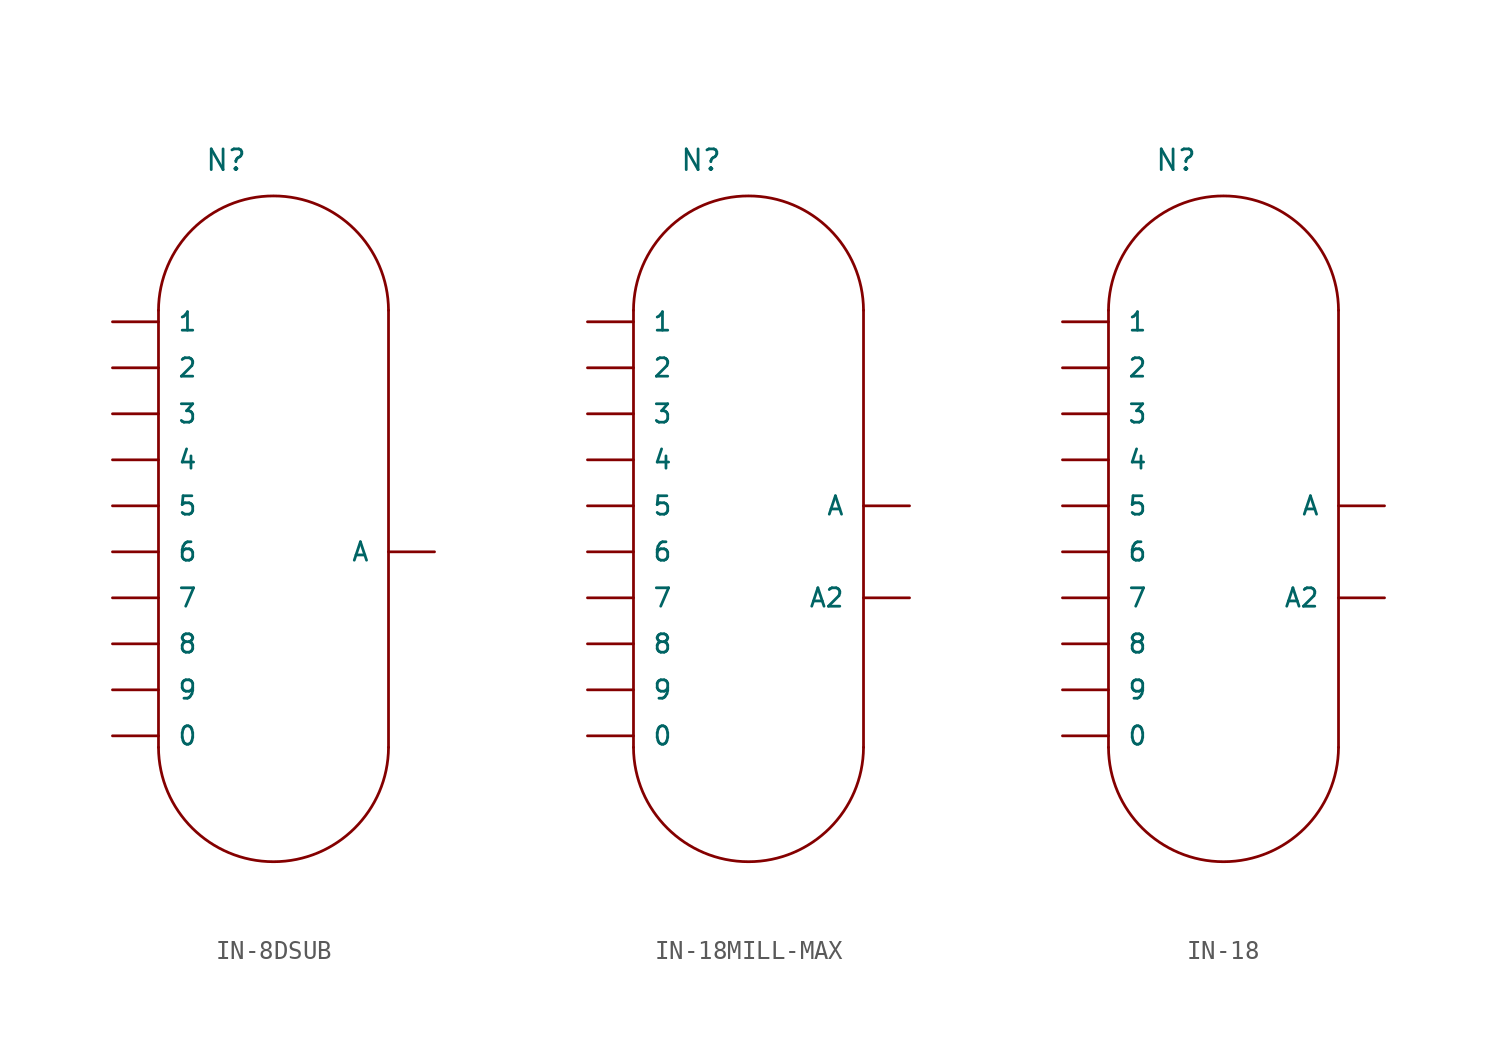
<source format=kicad_sym>
(kicad_symbol_lib
  (version 20211014)
  (generator kicad_symbol_editor)
  (symbol "IN-8DSUB"
    (pin_numbers hide)
    (pin_names
      (offset 1.016))
    (property "Reference" "N"
      (at -5.08 20.955 0)
      (effects (font (size 1.143 1.143)) (justify left bottom)))
    (property "ki_locked" ""
      (at 0 0 0)
      (effects (font (size 1.27 1.27))))
    (symbol "IN-8DSUB_1_0"
      (polyline (pts (xy -7.62 -10.795) (xy -7.62 13.335)) (stroke (width 0) (type default) (color 0 0 0 0)) (fill (type none)))
      (polyline (pts (xy 5.08 -10.795) (xy 5.08 13.335)) (stroke (width 0) (type default) (color 0 0 0 0)) (fill (type none))))
    (symbol "IN-8DSUB_1_1"
      (arc (start -7.62 -10.795) (mid -1.27 -17.145) (end 5.08 -10.795) (stroke (width 0) (type default) (color 0 0 0 0)) (fill (type none)))
      (arc (start 5.08 13.335) (mid -1.27 19.685) (end -7.62 13.335) (stroke (width 0) (type default) (color 0 0 0 0)) (fill (type none)))
      (pin bidirectional line (at -10.16 -10.16 0) (length 2.54) (name "0" (effects (font (size 1.016 1.016)))) (number "0" (effects (font (size 1.016 1.016)))))
      (pin bidirectional line (at -10.16 12.7 0) (length 2.54) (name "1" (effects (font (size 1.016 1.016)))) (number "1" (effects (font (size 1.016 1.016)))))
      (pin bidirectional line (at -10.16 10.16 0) (length 2.54) (name "2" (effects (font (size 1.016 1.016)))) (number "2" (effects (font (size 1.016 1.016)))))
      (pin bidirectional line (at -10.16 7.62 0) (length 2.54) (name "3" (effects (font (size 1.016 1.016)))) (number "3" (effects (font (size 1.016 1.016)))))
      (pin bidirectional line (at -10.16 5.08 0) (length 2.54) (name "4" (effects (font (size 1.016 1.016)))) (number "4" (effects (font (size 1.016 1.016)))))
      (pin bidirectional line (at -10.16 2.54 0) (length 2.54) (name "5" (effects (font (size 1.016 1.016)))) (number "5" (effects (font (size 1.016 1.016)))))
      (pin bidirectional line (at -10.16 0 0) (length 2.54) (name "6" (effects (font (size 1.016 1.016)))) (number "6" (effects (font (size 1.016 1.016)))))
      (pin bidirectional line (at -10.16 -2.54 0) (length 2.54) (name "7" (effects (font (size 1.016 1.016)))) (number "7" (effects (font (size 1.016 1.016)))))
      (pin bidirectional line (at -10.16 -5.08 0) (length 2.54) (name "8" (effects (font (size 1.016 1.016)))) (number "8" (effects (font (size 1.016 1.016)))))
      (pin bidirectional line (at -10.16 -7.62 0) (length 2.54) (name "9" (effects (font (size 1.016 1.016)))) (number "9" (effects (font (size 1.016 1.016)))))
      (pin bidirectional line (at 7.62 0 180) (length 2.54) (name "A" (effects (font (size 1.016 1.016)))) (number "A" (effects (font (size 1.016 1.016)))))))
  (symbol "IN-18MILL-MAX"
    (pin_numbers hide)
    (pin_names
      (offset 1.016))
    (property "Reference" "N"
      (at -5.08 20.955 0)
      (effects (font (size 1.143 1.143)) (justify left bottom)))
    (property "ki_locked" ""
      (at 0 0 0)
      (effects (font (size 1.27 1.27))))
    (symbol "IN-18MILL-MAX_1_0"
      (polyline (pts (xy -7.62 -10.795) (xy -7.62 13.335)) (stroke (width 0) (type default) (color 0 0 0 0)) (fill (type none)))
      (polyline (pts (xy 5.08 -10.795) (xy 5.08 13.335)) (stroke (width 0) (type default) (color 0 0 0 0)) (fill (type none))))
    (symbol "IN-18MILL-MAX_1_1"
      (arc (start -7.62 -10.795) (mid -1.27 -17.145) (end 5.08 -10.795) (stroke (width 0) (type default) (color 0 0 0 0)) (fill (type none)))
      (arc (start 5.08 13.335) (mid -1.27 19.685) (end -7.62 13.335) (stroke (width 0) (type default) (color 0 0 0 0)) (fill (type none)))
      (pin bidirectional line (at -10.16 -10.16 0) (length 2.54) (name "0" (effects (font (size 1.016 1.016)))) (number "0" (effects (font (size 1.016 1.016)))))
      (pin bidirectional line (at -10.16 12.7 0) (length 2.54) (name "1" (effects (font (size 1.016 1.016)))) (number "1" (effects (font (size 1.016 1.016)))))
      (pin bidirectional line (at -10.16 10.16 0) (length 2.54) (name "2" (effects (font (size 1.016 1.016)))) (number "2" (effects (font (size 1.016 1.016)))))
      (pin bidirectional line (at -10.16 7.62 0) (length 2.54) (name "3" (effects (font (size 1.016 1.016)))) (number "3" (effects (font (size 1.016 1.016)))))
      (pin bidirectional line (at -10.16 5.08 0) (length 2.54) (name "4" (effects (font (size 1.016 1.016)))) (number "4" (effects (font (size 1.016 1.016)))))
      (pin bidirectional line (at -10.16 2.54 0) (length 2.54) (name "5" (effects (font (size 1.016 1.016)))) (number "5" (effects (font (size 1.016 1.016)))))
      (pin bidirectional line (at -10.16 0 0) (length 2.54) (name "6" (effects (font (size 1.016 1.016)))) (number "6" (effects (font (size 1.016 1.016)))))
      (pin bidirectional line (at -10.16 -2.54 0) (length 2.54) (name "7" (effects (font (size 1.016 1.016)))) (number "7" (effects (font (size 1.016 1.016)))))
      (pin bidirectional line (at -10.16 -5.08 0) (length 2.54) (name "8" (effects (font (size 1.016 1.016)))) (number "8" (effects (font (size 1.016 1.016)))))
      (pin bidirectional line (at -10.16 -7.62 0) (length 2.54) (name "9" (effects (font (size 1.016 1.016)))) (number "9" (effects (font (size 1.016 1.016)))))
      (pin bidirectional line (at 7.62 2.54 180) (length 2.54) (name "A" (effects (font (size 1.016 1.016)))) (number "A" (effects (font (size 1.016 1.016)))))
      (pin bidirectional line (at 7.62 -2.54 180) (length 2.54) (name "A2" (effects (font (size 1.016 1.016)))) (number "A2" (effects (font (size 1.016 1.016)))))))
  (symbol "IN-18"
    (pin_numbers hide)
    (pin_names
      (offset 1.016))
    (property "Reference" "N"
      (at -5.08 20.955 0)
      (effects (font (size 1.143 1.143)) (justify left bottom)))
    (property "ki_locked" ""
      (at 0 0 0)
      (effects (font (size 1.27 1.27))))
    (symbol "IN-18_1_0"
      (polyline (pts (xy -7.62 -10.795) (xy -7.62 13.335)) (stroke (width 0) (type default) (color 0 0 0 0)) (fill (type none)))
      (polyline (pts (xy 5.08 -10.795) (xy 5.08 13.335)) (stroke (width 0) (type default) (color 0 0 0 0)) (fill (type none))))
    (symbol "IN-18_1_1"
      (arc (start -7.62 -10.795) (mid -1.27 -17.145) (end 5.08 -10.795) (stroke (width 0) (type default) (color 0 0 0 0)) (fill (type none)))
      (arc (start 5.08 13.335) (mid -1.27 19.685) (end -7.62 13.335) (stroke (width 0) (type default) (color 0 0 0 0)) (fill (type none)))
      (pin bidirectional line (at -10.16 -10.16 0) (length 2.54) (name "0" (effects (font (size 1.016 1.016)))) (number "0" (effects (font (size 1.016 1.016)))))
      (pin bidirectional line (at -10.16 12.7 0) (length 2.54) (name "1" (effects (font (size 1.016 1.016)))) (number "1" (effects (font (size 1.016 1.016)))))
      (pin bidirectional line (at -10.16 10.16 0) (length 2.54) (name "2" (effects (font (size 1.016 1.016)))) (number "2" (effects (font (size 1.016 1.016)))))
      (pin bidirectional line (at -10.16 7.62 0) (length 2.54) (name "3" (effects (font (size 1.016 1.016)))) (number "3" (effects (font (size 1.016 1.016)))))
      (pin bidirectional line (at -10.16 5.08 0) (length 2.54) (name "4" (effects (font (size 1.016 1.016)))) (number "4" (effects (font (size 1.016 1.016)))))
      (pin bidirectional line (at -10.16 2.54 0) (length 2.54) (name "5" (effects (font (size 1.016 1.016)))) (number "5" (effects (font (size 1.016 1.016)))))
      (pin bidirectional line (at -10.16 0 0) (length 2.54) (name "6" (effects (font (size 1.016 1.016)))) (number "6" (effects (font (size 1.016 1.016)))))
      (pin bidirectional line (at -10.16 -2.54 0) (length 2.54) (name "7" (effects (font (size 1.016 1.016)))) (number "7" (effects (font (size 1.016 1.016)))))
      (pin bidirectional line (at -10.16 -5.08 0) (length 2.54) (name "8" (effects (font (size 1.016 1.016)))) (number "8" (effects (font (size 1.016 1.016)))))
      (pin bidirectional line (at -10.16 -7.62 0) (length 2.54) (name "9" (effects (font (size 1.016 1.016)))) (number "9" (effects (font (size 1.016 1.016)))))
      (pin bidirectional line (at 7.62 2.54 180) (length 2.54) (name "A" (effects (font (size 1.016 1.016)))) (number "A" (effects (font (size 1.016 1.016)))))
      (pin bidirectional line (at 7.62 -2.54 180) (length 2.54) (name "A2" (effects (font (size 1.016 1.016)))) (number "A2" (effects (font (size 1.016 1.016))))))))
</source>
